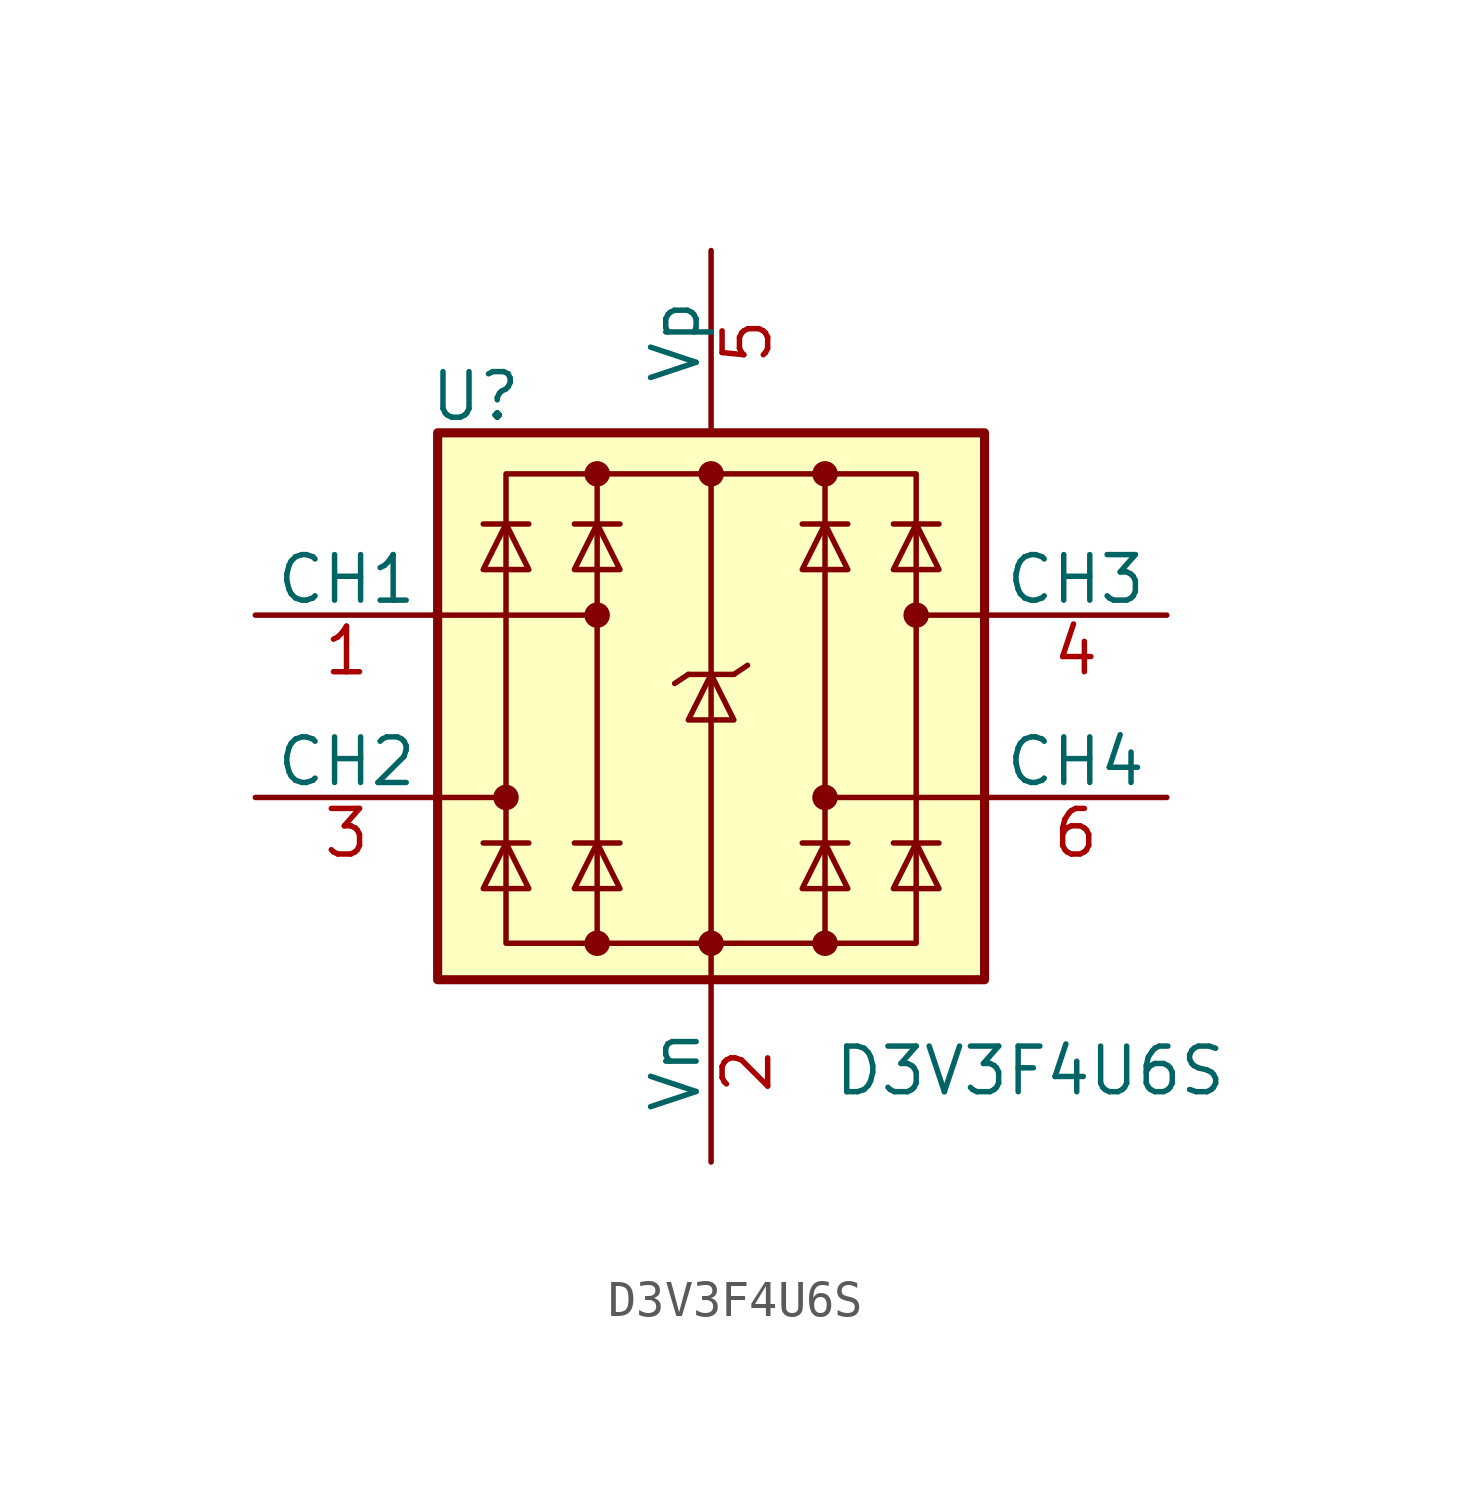
<source format=kicad_sym>
(kicad_symbol_lib
  (version 20210619)
  (generator kicad_symbol_editor)
  (symbol "Power_Protection_custom:D3V3F4U6S"
    (pin_names
      (offset 0))
    (property "Reference" "U"
      (at -7.874 8.636 0)
      (effects (font (size 1.27 1.27)) (justify left)))
    (property "Value" "D3V3F4U6S"
      (at 8.89 -10.16 0)
      (effects (font (size 1.27 1.27))))
    (symbol "D3V3F4U6S_0_0"
      (rectangle (start -5.715 6.477) (end 5.715 -6.604) (stroke (width 0)) (fill (type none)))
      (polyline (pts (xy -3.175 -6.604) (xy -3.175 6.477)) (stroke (width 0)) (fill (type none)))
      (polyline (pts (xy 0 6.477) (xy 0 -6.604)) (stroke (width 0)) (fill (type none)))
      (polyline (pts (xy 3.175 6.477) (xy 3.175 -6.604)) (stroke (width 0)) (fill (type none))))
    (symbol "D3V3F4U6S_0_1"
      (circle (center -5.715 -2.54) (radius 0.279) (stroke (width 0)) (fill (type outline)))
      (circle (center -3.175 -6.604) (radius 0.279) (stroke (width 0)) (fill (type outline)))
      (circle (center -3.175 2.54) (radius 0.279) (stroke (width 0)) (fill (type outline)))
      (circle (center -3.175 6.477) (radius 0.279) (stroke (width 0)) (fill (type outline)))
      (circle (center 0 -6.604) (radius 0.279) (stroke (width 0)) (fill (type outline)))
      (circle (center 0 6.477) (radius 0.279) (stroke (width 0)) (fill (type outline)))
      (circle (center 3.175 -6.604) (radius 0.279) (stroke (width 0)) (fill (type outline)))
      (circle (center 3.175 -2.54) (radius 0.279) (stroke (width 0)) (fill (type outline)))
      (circle (center 3.175 6.477) (radius 0.279) (stroke (width 0)) (fill (type outline)))
      (circle (center 5.715 2.54) (radius 0.279) (stroke (width 0)) (fill (type outline)))
      (rectangle (start -7.62 7.62) (end 7.62 -7.62) (stroke (width 0.254)) (fill (type background)))
      (polyline (pts (xy -7.747 2.54) (xy -3.175 2.54)) (stroke (width 0)) (fill (type none)))
      (polyline (pts (xy -7.62 -2.54) (xy -5.715 -2.54)) (stroke (width 0)) (fill (type none)))
      (polyline (pts (xy -5.08 -3.81) (xy -6.35 -3.81)) (stroke (width 0)) (fill (type none)))
      (polyline (pts (xy -5.08 5.08) (xy -6.35 5.08)) (stroke (width 0)) (fill (type none)))
      (polyline (pts (xy -2.54 -3.81) (xy -3.81 -3.81)) (stroke (width 0)) (fill (type none)))
      (polyline (pts (xy -2.54 5.08) (xy -3.81 5.08)) (stroke (width 0)) (fill (type none)))
      (polyline (pts (xy -0.635 0.889) (xy -1.016 0.635)) (stroke (width 0)) (fill (type none)))
      (polyline (pts (xy 0 -6.604) (xy 0 -7.62)) (stroke (width 0)) (fill (type none)))
      (polyline (pts (xy 0.635 0.889) (xy -0.635 0.889)) (stroke (width 0)) (fill (type none)))
      (polyline (pts (xy 0.635 0.889) (xy 1.016 1.143)) (stroke (width 0)) (fill (type none)))
      (polyline (pts (xy 3.81 -3.81) (xy 2.54 -3.81)) (stroke (width 0)) (fill (type none)))
      (polyline (pts (xy 3.81 5.08) (xy 2.54 5.08)) (stroke (width 0)) (fill (type none)))
      (polyline (pts (xy 6.35 -3.81) (xy 5.08 -3.81)) (stroke (width 0)) (fill (type none)))
      (polyline (pts (xy 6.35 5.08) (xy 5.08 5.08)) (stroke (width 0)) (fill (type none)))
      (polyline (pts (xy 7.62 -2.54) (xy 3.175 -2.54)) (stroke (width 0)) (fill (type none)))
      (polyline (pts (xy 7.62 2.54) (xy 5.715 2.54)) (stroke (width 0)) (fill (type none)))
      (polyline (pts (xy -5.08 -5.08) (xy -6.35 -5.08) (xy -5.715 -3.81) (xy -5.08 -5.08)) (stroke (width 0)) (fill (type none)))
      (polyline (pts (xy -5.08 3.81) (xy -6.35 3.81) (xy -5.715 5.08) (xy -5.08 3.81)) (stroke (width 0)) (fill (type none)))
      (polyline (pts (xy -2.54 -5.08) (xy -3.81 -5.08) (xy -3.175 -3.81) (xy -2.54 -5.08)) (stroke (width 0)) (fill (type none)))
      (polyline (pts (xy -2.54 3.81) (xy -3.81 3.81) (xy -3.175 5.08) (xy -2.54 3.81)) (stroke (width 0)) (fill (type none)))
      (polyline (pts (xy 0.635 -0.381) (xy -0.635 -0.381) (xy 0 0.889) (xy 0.635 -0.381)) (stroke (width 0)) (fill (type none)))
      (polyline (pts (xy 3.81 -5.08) (xy 2.54 -5.08) (xy 3.175 -3.81) (xy 3.81 -5.08)) (stroke (width 0)) (fill (type none)))
      (polyline (pts (xy 3.81 3.81) (xy 2.54 3.81) (xy 3.175 5.08) (xy 3.81 3.81)) (stroke (width 0)) (fill (type none)))
      (polyline (pts (xy 6.35 -5.08) (xy 5.08 -5.08) (xy 5.715 -3.81) (xy 6.35 -5.08)) (stroke (width 0)) (fill (type none)))
      (polyline (pts (xy 6.35 3.81) (xy 5.08 3.81) (xy 5.715 5.08) (xy 6.35 3.81)) (stroke (width 0)) (fill (type none))))
    (symbol "D3V3F4U6S_1_1"
      (pin passive line (at -12.7 2.54 0) (length 5.08) (name "CH1" (effects (font (size 1.27 1.27)))) (number "1" (effects (font (size 1.27 1.27)))))
      (pin power_in line (at 0 -12.7 90) (length 5.08) (name "Vn" (effects (font (size 1.27 1.27)))) (number "2" (effects (font (size 1.27 1.27)))))
      (pin passive line (at -12.7 -2.54 0) (length 5.08) (name "CH2" (effects (font (size 1.27 1.27)))) (number "3" (effects (font (size 1.27 1.27)))))
      (pin passive line (at 12.7 2.54 180) (length 5.08) (name "CH3" (effects (font (size 1.27 1.27)))) (number "4" (effects (font (size 1.27 1.27)))))
      (pin power_out line (at 0 12.7 270) (length 5.08) (name "Vp" (effects (font (size 1.27 1.27)))) (number "5" (effects (font (size 1.27 1.27)))))
      (pin passive line (at 12.7 -2.54 180) (length 5.08) (name "CH4" (effects (font (size 1.27 1.27)))) (number "6" (effects (font (size 1.27 1.27))))))))
</source>
